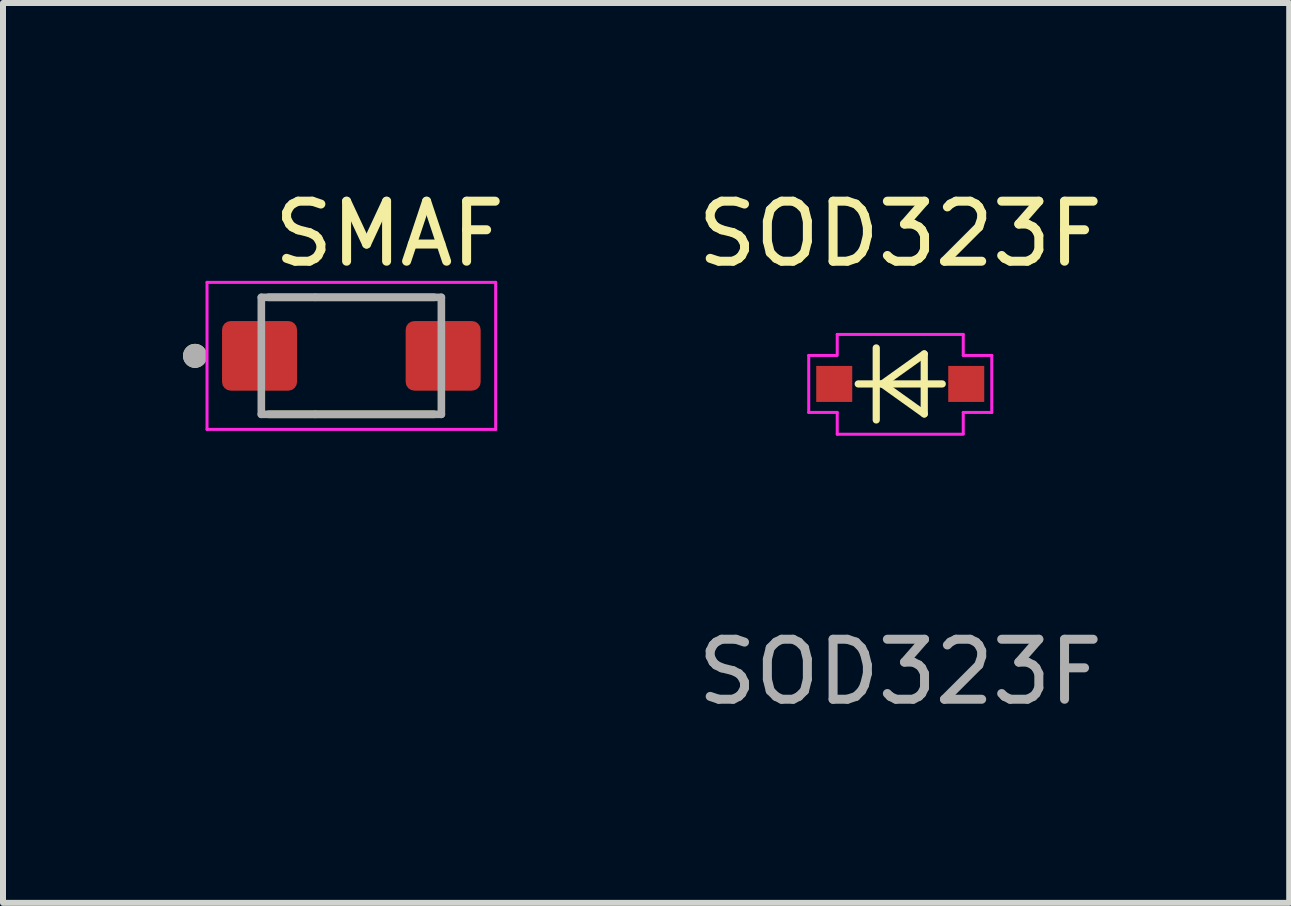
<source format=kicad_pcb>
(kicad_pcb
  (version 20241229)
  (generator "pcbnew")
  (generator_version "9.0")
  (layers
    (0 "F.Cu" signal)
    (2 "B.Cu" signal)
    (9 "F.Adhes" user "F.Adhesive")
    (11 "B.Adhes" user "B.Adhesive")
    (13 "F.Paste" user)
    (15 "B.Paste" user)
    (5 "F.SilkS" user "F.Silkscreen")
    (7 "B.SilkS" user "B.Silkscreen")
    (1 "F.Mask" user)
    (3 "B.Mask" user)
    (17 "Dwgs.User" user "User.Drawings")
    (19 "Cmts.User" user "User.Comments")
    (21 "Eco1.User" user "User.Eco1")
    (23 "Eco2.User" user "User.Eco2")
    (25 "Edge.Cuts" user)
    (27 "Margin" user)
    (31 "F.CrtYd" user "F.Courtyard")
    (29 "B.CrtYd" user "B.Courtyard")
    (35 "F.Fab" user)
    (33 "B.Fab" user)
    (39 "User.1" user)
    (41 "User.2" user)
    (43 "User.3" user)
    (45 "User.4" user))
  (footprint "SMAF"
    (layer "F.Cu")
    (at 2.805 2.88)
    (property "Reference" "SMAF" (at 0.635 -2.032 0) (layer "F.SilkS") (effects (font (size 1 1) (thickness 0.15))))
    (attr smd)
    (fp_line (start -1.38 -0.975) (end 1.38 -0.975) (stroke (width 0.127) (type solid)) (layer "F.SilkS"))
    (fp_line (start -1.38 0.975) (end 1.38 0.975) (stroke (width 0.127) (type solid)) (layer "F.SilkS"))
    (fp_circle (center -2.605 0) (end -2.505 0) (stroke (width 0.2) (type solid)) (fill no) (layer "F.SilkS"))
    (fp_line (start -2.405 -1.225) (end -2.405 1.225) (stroke (width 0.05) (type solid)) (layer "F.CrtYd"))
    (fp_line (start -2.405 -1.225) (end 2.405 -1.225) (stroke (width 0.05) (type solid)) (layer "F.CrtYd"))
    (fp_line (start 2.405 1.225) (end -2.405 1.225) (stroke (width 0.05) (type solid)) (layer "F.CrtYd"))
    (fp_line (start 2.405 1.225) (end 2.405 -1.225) (stroke (width 0.05) (type solid)) (layer "F.CrtYd"))
    (fp_line (start -1.5 -0.975) (end -1.5 0.975) (stroke (width 0.127) (type solid)) (layer "F.Fab"))
    (fp_line (start -1.5 -0.975) (end -0.6 -0.975) (stroke (width 0.127) (type solid)) (layer "F.Fab"))
    (fp_line (start -0.6 -0.975) (end 1.5 -0.975) (stroke (width 0.127) (type solid)) (layer "F.Fab"))
    (fp_line (start -0.6 0.975) (end -1.5 0.975) (stroke (width 0.127) (type solid)) (layer "F.Fab"))
    (fp_line (start 1.5 0.975) (end -0.6 0.975) (stroke (width 0.127) (type solid)) (layer "F.Fab"))
    (fp_line (start 1.5 0.975) (end 1.5 -0.975) (stroke (width 0.127) (type solid)) (layer "F.Fab"))
    (fp_circle (center -2.605 0) (end -2.505 0) (stroke (width 0.2) (type solid)) (fill no) (layer "F.Fab"))
    (pad "A" smd roundrect (at 1.53 0) (size 1.25 1.16) (layers "F.Cu" "F.Mask" "F.Paste") (roundrect_rratio 0.125))
    (pad "C" smd roundrect (at -1.53 0) (size 1.25 1.16) (layers "F.Cu" "F.Mask" "F.Paste") (roundrect_rratio 0.125)))
  (footprint "SOD323F"
    (layer "F.Cu")
    (at 11.952 3.348)
    (property "Reference" "SOD323F" (at 0 -2.5 0) (unlocked yes) (layer "F.SilkS") (effects (font (size 1 1) (thickness 0.15))))
    (attr smd)
    (fp_line (start -0.4 0.6) (end -0.4 -0.6) (stroke (width 0.12) (type solid)) (layer "F.SilkS"))
    (fp_line (start -0.3 0) (end 0.4 0.5) (stroke (width 0.12) (type solid)) (layer "F.SilkS"))
    (fp_line (start 0.4 -0.5) (end -0.3 0) (stroke (width 0.12) (type solid)) (layer "F.SilkS"))
    (fp_line (start 0.4 0.5) (end 0.4 -0.5) (stroke (width 0.12) (type solid)) (layer "F.SilkS"))
    (fp_line (start 0.7 0) (end -0.7 0) (stroke (width 0.12) (type solid)) (layer "F.SilkS"))
    (fp_line (start -1.525 -0.475) (end -1.525 0.475) (stroke (width 0.05) (type solid)) (layer "F.CrtYd"))
    (fp_line (start -1.525 0.475) (end -1.05 0.475) (stroke (width 0.05) (type solid)) (layer "F.CrtYd"))
    (fp_line (start -1.05 -0.825) (end -1.05 -0.5) (stroke (width 0.05) (type solid)) (layer "F.CrtYd"))
    (fp_line (start -1.05 -0.475) (end -1.525 -0.475) (stroke (width 0.05) (type solid)) (layer "F.CrtYd"))
    (fp_line (start -1.05 0.475) (end -1.05 0.838) (stroke (width 0.05) (type solid)) (layer "F.CrtYd"))
    (fp_line (start -1.05 0.838) (end 1.05 0.838) (stroke (width 0.05) (type solid)) (layer "F.CrtYd"))
    (fp_line (start 1.05 -0.825) (end -1.05 -0.825) (stroke (width 0.05) (type solid)) (layer "F.CrtYd"))
    (fp_line (start 1.05 -0.475) (end 1.05 -0.825) (stroke (width 0.05) (type solid)) (layer "F.CrtYd"))
    (fp_line (start 1.05 0.475) (end 1.525 0.475) (stroke (width 0.05) (type solid)) (layer "F.CrtYd"))
    (fp_line (start 1.05 0.825) (end 1.05 0.475) (stroke (width 0.05) (type solid)) (layer "F.CrtYd"))
    (fp_line (start 1.525 -0.475) (end 1.05 -0.475) (stroke (width 0.05) (type solid)) (layer "F.CrtYd"))
    (fp_line (start 1.525 0.475) (end 1.525 -0.475) (stroke (width 0.05) (type solid)) (layer "F.CrtYd"))
    (fp_text user "${REFERENCE}" (at 0 4.8 0) (unlocked yes) (layer "F.Fab") (effects (font (size 1 1) (thickness 0.15))))
    (pad "1" smd rect (at -1.1 0) (size 0.6 0.6) (layers "F.Cu" "F.Mask" "F.Paste"))
    (pad "2" smd rect (at 1.1 0) (size 0.6 0.6) (layers "F.Cu" "F.Mask" "F.Paste")))
  (gr_rect
    (start -3 -3)
    (end 18.434 11.996)
    (stroke (width 0.1) (type default))
    (fill no)
    (layer "Edge.Cuts")))
</source>
